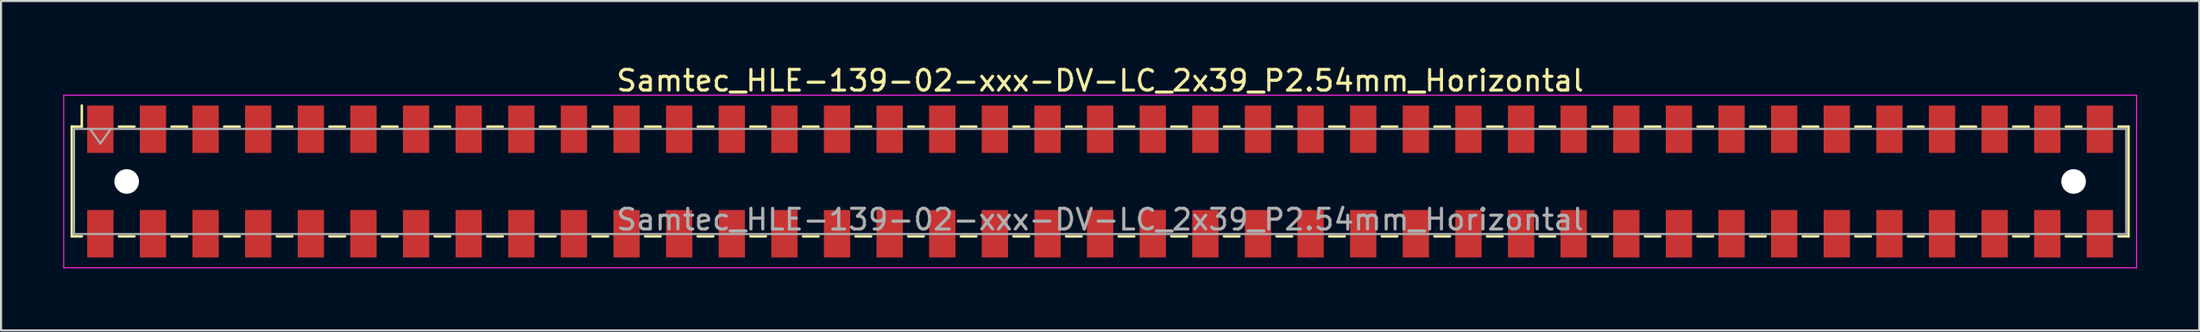
<source format=kicad_pcb>
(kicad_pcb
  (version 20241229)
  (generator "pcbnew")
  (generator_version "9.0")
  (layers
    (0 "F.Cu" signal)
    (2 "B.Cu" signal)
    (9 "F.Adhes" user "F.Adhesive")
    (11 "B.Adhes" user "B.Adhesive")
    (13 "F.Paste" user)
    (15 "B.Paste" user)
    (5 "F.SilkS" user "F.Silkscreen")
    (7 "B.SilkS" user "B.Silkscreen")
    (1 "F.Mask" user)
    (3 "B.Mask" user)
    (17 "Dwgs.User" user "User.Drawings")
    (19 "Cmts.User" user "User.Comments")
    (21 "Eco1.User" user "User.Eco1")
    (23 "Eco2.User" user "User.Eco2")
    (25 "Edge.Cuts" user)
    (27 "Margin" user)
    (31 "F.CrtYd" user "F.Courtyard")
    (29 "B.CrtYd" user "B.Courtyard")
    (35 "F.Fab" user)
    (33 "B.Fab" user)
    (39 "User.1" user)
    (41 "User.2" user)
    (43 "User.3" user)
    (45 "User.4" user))
  (footprint "Samtec_HLE-139-02-xxx-DV-LC_2x39_P2.54mm_Horizontal"
    (layer "F.Cu")
    (at 50.055 5.718)
    (property "Reference" "Samtec_HLE-139-02-xxx-DV-LC_2x39_P2.54mm_Horizontal" (at 0 -4.87 0) (layer "F.SilkS") (effects (font (size 1 1) (thickness 0.15))))
    (attr smd)
    (fp_line (start -49.64 -2.65) (end -49.64 2.65) (stroke (width 0.12) (type solid)) (layer "F.SilkS"))
    (fp_line (start -49.64 2.65) (end -49.155 2.65) (stroke (width 0.12) (type solid)) (layer "F.SilkS"))
    (fp_line (start -49.155 -3.67) (end -49.155 -2.65) (stroke (width 0.12) (type solid)) (layer "F.SilkS"))
    (fp_line (start -49.155 -2.65) (end -49.64 -2.65) (stroke (width 0.12) (type solid)) (layer "F.SilkS"))
    (fp_line (start -47.365 -2.65) (end -46.615 -2.65) (stroke (width 0.12) (type solid)) (layer "F.SilkS"))
    (fp_line (start -47.365 2.65) (end -46.615 2.65) (stroke (width 0.12) (type solid)) (layer "F.SilkS"))
    (fp_line (start -44.825 -2.65) (end -44.075 -2.65) (stroke (width 0.12) (type solid)) (layer "F.SilkS"))
    (fp_line (start -44.825 2.65) (end -44.075 2.65) (stroke (width 0.12) (type solid)) (layer "F.SilkS"))
    (fp_line (start -42.285 -2.65) (end -41.535 -2.65) (stroke (width 0.12) (type solid)) (layer "F.SilkS"))
    (fp_line (start -42.285 2.65) (end -41.535 2.65) (stroke (width 0.12) (type solid)) (layer "F.SilkS"))
    (fp_line (start -39.745 -2.65) (end -38.995 -2.65) (stroke (width 0.12) (type solid)) (layer "F.SilkS"))
    (fp_line (start -39.745 2.65) (end -38.995 2.65) (stroke (width 0.12) (type solid)) (layer "F.SilkS"))
    (fp_line (start -37.205 -2.65) (end -36.455 -2.65) (stroke (width 0.12) (type solid)) (layer "F.SilkS"))
    (fp_line (start -37.205 2.65) (end -36.455 2.65) (stroke (width 0.12) (type solid)) (layer "F.SilkS"))
    (fp_line (start -34.665 -2.65) (end -33.915 -2.65) (stroke (width 0.12) (type solid)) (layer "F.SilkS"))
    (fp_line (start -34.665 2.65) (end -33.915 2.65) (stroke (width 0.12) (type solid)) (layer "F.SilkS"))
    (fp_line (start -32.125 -2.65) (end -31.375 -2.65) (stroke (width 0.12) (type solid)) (layer "F.SilkS"))
    (fp_line (start -32.125 2.65) (end -31.375 2.65) (stroke (width 0.12) (type solid)) (layer "F.SilkS"))
    (fp_line (start -29.585 -2.65) (end -28.835 -2.65) (stroke (width 0.12) (type solid)) (layer "F.SilkS"))
    (fp_line (start -29.585 2.65) (end -28.835 2.65) (stroke (width 0.12) (type solid)) (layer "F.SilkS"))
    (fp_line (start -27.045 -2.65) (end -26.295 -2.65) (stroke (width 0.12) (type solid)) (layer "F.SilkS"))
    (fp_line (start -27.045 2.65) (end -26.295 2.65) (stroke (width 0.12) (type solid)) (layer "F.SilkS"))
    (fp_line (start -24.505 -2.65) (end -23.755 -2.65) (stroke (width 0.12) (type solid)) (layer "F.SilkS"))
    (fp_line (start -24.505 2.65) (end -23.755 2.65) (stroke (width 0.12) (type solid)) (layer "F.SilkS"))
    (fp_line (start -21.965 -2.65) (end -21.215 -2.65) (stroke (width 0.12) (type solid)) (layer "F.SilkS"))
    (fp_line (start -21.965 2.65) (end -21.215 2.65) (stroke (width 0.12) (type solid)) (layer "F.SilkS"))
    (fp_line (start -19.425 -2.65) (end -18.675 -2.65) (stroke (width 0.12) (type solid)) (layer "F.SilkS"))
    (fp_line (start -19.425 2.65) (end -18.675 2.65) (stroke (width 0.12) (type solid)) (layer "F.SilkS"))
    (fp_line (start -16.885 -2.65) (end -16.135 -2.65) (stroke (width 0.12) (type solid)) (layer "F.SilkS"))
    (fp_line (start -16.885 2.65) (end -16.135 2.65) (stroke (width 0.12) (type solid)) (layer "F.SilkS"))
    (fp_line (start -14.345 -2.65) (end -13.595 -2.65) (stroke (width 0.12) (type solid)) (layer "F.SilkS"))
    (fp_line (start -14.345 2.65) (end -13.595 2.65) (stroke (width 0.12) (type solid)) (layer "F.SilkS"))
    (fp_line (start -11.805 -2.65) (end -11.055 -2.65) (stroke (width 0.12) (type solid)) (layer "F.SilkS"))
    (fp_line (start -11.805 2.65) (end -11.055 2.65) (stroke (width 0.12) (type solid)) (layer "F.SilkS"))
    (fp_line (start -9.265 -2.65) (end -8.515 -2.65) (stroke (width 0.12) (type solid)) (layer "F.SilkS"))
    (fp_line (start -9.265 2.65) (end -8.515 2.65) (stroke (width 0.12) (type solid)) (layer "F.SilkS"))
    (fp_line (start -6.725 -2.65) (end -5.975 -2.65) (stroke (width 0.12) (type solid)) (layer "F.SilkS"))
    (fp_line (start -6.725 2.65) (end -5.975 2.65) (stroke (width 0.12) (type solid)) (layer "F.SilkS"))
    (fp_line (start -4.185 -2.65) (end -3.435 -2.65) (stroke (width 0.12) (type solid)) (layer "F.SilkS"))
    (fp_line (start -4.185 2.65) (end -3.435 2.65) (stroke (width 0.12) (type solid)) (layer "F.SilkS"))
    (fp_line (start -1.645 -2.65) (end -0.895 -2.65) (stroke (width 0.12) (type solid)) (layer "F.SilkS"))
    (fp_line (start -1.645 2.65) (end -0.895 2.65) (stroke (width 0.12) (type solid)) (layer "F.SilkS"))
    (fp_line (start 0.895 -2.65) (end 1.645 -2.65) (stroke (width 0.12) (type solid)) (layer "F.SilkS"))
    (fp_line (start 0.895 2.65) (end 1.645 2.65) (stroke (width 0.12) (type solid)) (layer "F.SilkS"))
    (fp_line (start 3.435 -2.65) (end 4.185 -2.65) (stroke (width 0.12) (type solid)) (layer "F.SilkS"))
    (fp_line (start 3.435 2.65) (end 4.185 2.65) (stroke (width 0.12) (type solid)) (layer "F.SilkS"))
    (fp_line (start 5.975 -2.65) (end 6.725 -2.65) (stroke (width 0.12) (type solid)) (layer "F.SilkS"))
    (fp_line (start 5.975 2.65) (end 6.725 2.65) (stroke (width 0.12) (type solid)) (layer "F.SilkS"))
    (fp_line (start 8.515 -2.65) (end 9.265 -2.65) (stroke (width 0.12) (type solid)) (layer "F.SilkS"))
    (fp_line (start 8.515 2.65) (end 9.265 2.65) (stroke (width 0.12) (type solid)) (layer "F.SilkS"))
    (fp_line (start 11.055 -2.65) (end 11.805 -2.65) (stroke (width 0.12) (type solid)) (layer "F.SilkS"))
    (fp_line (start 11.055 2.65) (end 11.805 2.65) (stroke (width 0.12) (type solid)) (layer "F.SilkS"))
    (fp_line (start 13.595 -2.65) (end 14.345 -2.65) (stroke (width 0.12) (type solid)) (layer "F.SilkS"))
    (fp_line (start 13.595 2.65) (end 14.345 2.65) (stroke (width 0.12) (type solid)) (layer "F.SilkS"))
    (fp_line (start 16.135 -2.65) (end 16.885 -2.65) (stroke (width 0.12) (type solid)) (layer "F.SilkS"))
    (fp_line (start 16.135 2.65) (end 16.885 2.65) (stroke (width 0.12) (type solid)) (layer "F.SilkS"))
    (fp_line (start 18.675 -2.65) (end 19.425 -2.65) (stroke (width 0.12) (type solid)) (layer "F.SilkS"))
    (fp_line (start 18.675 2.65) (end 19.425 2.65) (stroke (width 0.12) (type solid)) (layer "F.SilkS"))
    (fp_line (start 21.215 -2.65) (end 21.965 -2.65) (stroke (width 0.12) (type solid)) (layer "F.SilkS"))
    (fp_line (start 21.215 2.65) (end 21.965 2.65) (stroke (width 0.12) (type solid)) (layer "F.SilkS"))
    (fp_line (start 23.755 -2.65) (end 24.505 -2.65) (stroke (width 0.12) (type solid)) (layer "F.SilkS"))
    (fp_line (start 23.755 2.65) (end 24.505 2.65) (stroke (width 0.12) (type solid)) (layer "F.SilkS"))
    (fp_line (start 26.295 -2.65) (end 27.045 -2.65) (stroke (width 0.12) (type solid)) (layer "F.SilkS"))
    (fp_line (start 26.295 2.65) (end 27.045 2.65) (stroke (width 0.12) (type solid)) (layer "F.SilkS"))
    (fp_line (start 28.835 -2.65) (end 29.585 -2.65) (stroke (width 0.12) (type solid)) (layer "F.SilkS"))
    (fp_line (start 28.835 2.65) (end 29.585 2.65) (stroke (width 0.12) (type solid)) (layer "F.SilkS"))
    (fp_line (start 31.375 -2.65) (end 32.125 -2.65) (stroke (width 0.12) (type solid)) (layer "F.SilkS"))
    (fp_line (start 31.375 2.65) (end 32.125 2.65) (stroke (width 0.12) (type solid)) (layer "F.SilkS"))
    (fp_line (start 33.915 -2.65) (end 34.665 -2.65) (stroke (width 0.12) (type solid)) (layer "F.SilkS"))
    (fp_line (start 33.915 2.65) (end 34.665 2.65) (stroke (width 0.12) (type solid)) (layer "F.SilkS"))
    (fp_line (start 36.455 -2.65) (end 37.205 -2.65) (stroke (width 0.12) (type solid)) (layer "F.SilkS"))
    (fp_line (start 36.455 2.65) (end 37.205 2.65) (stroke (width 0.12) (type solid)) (layer "F.SilkS"))
    (fp_line (start 38.995 -2.65) (end 39.745 -2.65) (stroke (width 0.12) (type solid)) (layer "F.SilkS"))
    (fp_line (start 38.995 2.65) (end 39.745 2.65) (stroke (width 0.12) (type solid)) (layer "F.SilkS"))
    (fp_line (start 41.535 -2.65) (end 42.285 -2.65) (stroke (width 0.12) (type solid)) (layer "F.SilkS"))
    (fp_line (start 41.535 2.65) (end 42.285 2.65) (stroke (width 0.12) (type solid)) (layer "F.SilkS"))
    (fp_line (start 44.075 -2.65) (end 44.825 -2.65) (stroke (width 0.12) (type solid)) (layer "F.SilkS"))
    (fp_line (start 44.075 2.65) (end 44.825 2.65) (stroke (width 0.12) (type solid)) (layer "F.SilkS"))
    (fp_line (start 46.615 -2.65) (end 47.365 -2.65) (stroke (width 0.12) (type solid)) (layer "F.SilkS"))
    (fp_line (start 46.615 2.65) (end 47.365 2.65) (stroke (width 0.12) (type solid)) (layer "F.SilkS"))
    (fp_line (start 49.155 -2.65) (end 49.64 -2.65) (stroke (width 0.12) (type solid)) (layer "F.SilkS"))
    (fp_line (start 49.64 -2.65) (end 49.64 2.65) (stroke (width 0.12) (type solid)) (layer "F.SilkS"))
    (fp_line (start 49.64 2.65) (end 49.155 2.65) (stroke (width 0.12) (type solid)) (layer "F.SilkS"))
    (fp_line (start -50.03 -4.17) (end 50.03 -4.17) (stroke (width 0.05) (type solid)) (layer "F.CrtYd"))
    (fp_line (start -50.03 4.17) (end -50.03 -4.17) (stroke (width 0.05) (type solid)) (layer "F.CrtYd"))
    (fp_line (start 50.03 -4.17) (end 50.03 4.17) (stroke (width 0.05) (type solid)) (layer "F.CrtYd"))
    (fp_line (start 50.03 4.17) (end -50.03 4.17) (stroke (width 0.05) (type solid)) (layer "F.CrtYd"))
    (fp_line (start -49.53 -2.54) (end 49.53 -2.54) (stroke (width 0.1) (type solid)) (layer "F.Fab"))
    (fp_line (start -49.53 2.54) (end -49.53 -2.54) (stroke (width 0.1) (type solid)) (layer "F.Fab"))
    (fp_line (start -48.76 -2.54) (end -48.26 -1.833) (stroke (width 0.1) (type solid)) (layer "F.Fab"))
    (fp_line (start -48.26 -1.833) (end -47.76 -2.54) (stroke (width 0.1) (type solid)) (layer "F.Fab"))
    (fp_line (start 49.53 -2.54) (end 49.53 2.54) (stroke (width 0.1) (type solid)) (layer "F.Fab"))
    (fp_line (start 49.53 2.54) (end -49.53 2.54) (stroke (width 0.1) (type solid)) (layer "F.Fab"))
    (fp_text user "${REFERENCE}" (at 0 1.84 0) (layer "F.Fab") (effects (font (size 1 1) (thickness 0.15))))
    (pad "" np_thru_hole circle (at -46.99 0) (size 1.19 1.19) (drill 1.19) (layers "*.Cu" "*.Mask"))
    (pad "" np_thru_hole circle (at 46.99 0) (size 1.19 1.19) (drill 1.19) (layers "*.Cu" "*.Mask"))
    (pad "1" smd rect (at -48.26 -2.525) (size 1.27 2.29) (layers "F.Cu" "F.Mask" "F.Paste"))
    (pad "2" smd rect (at -48.26 2.525) (size 1.27 2.29) (layers "F.Cu" "F.Mask" "F.Paste"))
    (pad "3" smd rect (at -45.72 -2.525) (size 1.27 2.29) (layers "F.Cu" "F.Mask" "F.Paste"))
    (pad "4" smd rect (at -45.72 2.525) (size 1.27 2.29) (layers "F.Cu" "F.Mask" "F.Paste"))
    (pad "5" smd rect (at -43.18 -2.525) (size 1.27 2.29) (layers "F.Cu" "F.Mask" "F.Paste"))
    (pad "6" smd rect (at -43.18 2.525) (size 1.27 2.29) (layers "F.Cu" "F.Mask" "F.Paste"))
    (pad "7" smd rect (at -40.64 -2.525) (size 1.27 2.29) (layers "F.Cu" "F.Mask" "F.Paste"))
    (pad "8" smd rect (at -40.64 2.525) (size 1.27 2.29) (layers "F.Cu" "F.Mask" "F.Paste"))
    (pad "9" smd rect (at -38.1 -2.525) (size 1.27 2.29) (layers "F.Cu" "F.Mask" "F.Paste"))
    (pad "10" smd rect (at -38.1 2.525) (size 1.27 2.29) (layers "F.Cu" "F.Mask" "F.Paste"))
    (pad "11" smd rect (at -35.56 -2.525) (size 1.27 2.29) (layers "F.Cu" "F.Mask" "F.Paste"))
    (pad "12" smd rect (at -35.56 2.525) (size 1.27 2.29) (layers "F.Cu" "F.Mask" "F.Paste"))
    (pad "13" smd rect (at -33.02 -2.525) (size 1.27 2.29) (layers "F.Cu" "F.Mask" "F.Paste"))
    (pad "14" smd rect (at -33.02 2.525) (size 1.27 2.29) (layers "F.Cu" "F.Mask" "F.Paste"))
    (pad "15" smd rect (at -30.48 -2.525) (size 1.27 2.29) (layers "F.Cu" "F.Mask" "F.Paste"))
    (pad "16" smd rect (at -30.48 2.525) (size 1.27 2.29) (layers "F.Cu" "F.Mask" "F.Paste"))
    (pad "17" smd rect (at -27.94 -2.525) (size 1.27 2.29) (layers "F.Cu" "F.Mask" "F.Paste"))
    (pad "18" smd rect (at -27.94 2.525) (size 1.27 2.29) (layers "F.Cu" "F.Mask" "F.Paste"))
    (pad "19" smd rect (at -25.4 -2.525) (size 1.27 2.29) (layers "F.Cu" "F.Mask" "F.Paste"))
    (pad "20" smd rect (at -25.4 2.525) (size 1.27 2.29) (layers "F.Cu" "F.Mask" "F.Paste"))
    (pad "21" smd rect (at -22.86 -2.525) (size 1.27 2.29) (layers "F.Cu" "F.Mask" "F.Paste"))
    (pad "22" smd rect (at -22.86 2.525) (size 1.27 2.29) (layers "F.Cu" "F.Mask" "F.Paste"))
    (pad "23" smd rect (at -20.32 -2.525) (size 1.27 2.29) (layers "F.Cu" "F.Mask" "F.Paste"))
    (pad "24" smd rect (at -20.32 2.525) (size 1.27 2.29) (layers "F.Cu" "F.Mask" "F.Paste"))
    (pad "25" smd rect (at -17.78 -2.525) (size 1.27 2.29) (layers "F.Cu" "F.Mask" "F.Paste"))
    (pad "26" smd rect (at -17.78 2.525) (size 1.27 2.29) (layers "F.Cu" "F.Mask" "F.Paste"))
    (pad "27" smd rect (at -15.24 -2.525) (size 1.27 2.29) (layers "F.Cu" "F.Mask" "F.Paste"))
    (pad "28" smd rect (at -15.24 2.525) (size 1.27 2.29) (layers "F.Cu" "F.Mask" "F.Paste"))
    (pad "29" smd rect (at -12.7 -2.525) (size 1.27 2.29) (layers "F.Cu" "F.Mask" "F.Paste"))
    (pad "30" smd rect (at -12.7 2.525) (size 1.27 2.29) (layers "F.Cu" "F.Mask" "F.Paste"))
    (pad "31" smd rect (at -10.16 -2.525) (size 1.27 2.29) (layers "F.Cu" "F.Mask" "F.Paste"))
    (pad "32" smd rect (at -10.16 2.525) (size 1.27 2.29) (layers "F.Cu" "F.Mask" "F.Paste"))
    (pad "33" smd rect (at -7.62 -2.525) (size 1.27 2.29) (layers "F.Cu" "F.Mask" "F.Paste"))
    (pad "34" smd rect (at -7.62 2.525) (size 1.27 2.29) (layers "F.Cu" "F.Mask" "F.Paste"))
    (pad "35" smd rect (at -5.08 -2.525) (size 1.27 2.29) (layers "F.Cu" "F.Mask" "F.Paste"))
    (pad "36" smd rect (at -5.08 2.525) (size 1.27 2.29) (layers "F.Cu" "F.Mask" "F.Paste"))
    (pad "37" smd rect (at -2.54 -2.525) (size 1.27 2.29) (layers "F.Cu" "F.Mask" "F.Paste"))
    (pad "38" smd rect (at -2.54 2.525) (size 1.27 2.29) (layers "F.Cu" "F.Mask" "F.Paste"))
    (pad "39" smd rect (at 0 -2.525) (size 1.27 2.29) (layers "F.Cu" "F.Mask" "F.Paste"))
    (pad "40" smd rect (at 0 2.525) (size 1.27 2.29) (layers "F.Cu" "F.Mask" "F.Paste"))
    (pad "41" smd rect (at 2.54 -2.525) (size 1.27 2.29) (layers "F.Cu" "F.Mask" "F.Paste"))
    (pad "42" smd rect (at 2.54 2.525) (size 1.27 2.29) (layers "F.Cu" "F.Mask" "F.Paste"))
    (pad "43" smd rect (at 5.08 -2.525) (size 1.27 2.29) (layers "F.Cu" "F.Mask" "F.Paste"))
    (pad "44" smd rect (at 5.08 2.525) (size 1.27 2.29) (layers "F.Cu" "F.Mask" "F.Paste"))
    (pad "45" smd rect (at 7.62 -2.525) (size 1.27 2.29) (layers "F.Cu" "F.Mask" "F.Paste"))
    (pad "46" smd rect (at 7.62 2.525) (size 1.27 2.29) (layers "F.Cu" "F.Mask" "F.Paste"))
    (pad "47" smd rect (at 10.16 -2.525) (size 1.27 2.29) (layers "F.Cu" "F.Mask" "F.Paste"))
    (pad "48" smd rect (at 10.16 2.525) (size 1.27 2.29) (layers "F.Cu" "F.Mask" "F.Paste"))
    (pad "49" smd rect (at 12.7 -2.525) (size 1.27 2.29) (layers "F.Cu" "F.Mask" "F.Paste"))
    (pad "50" smd rect (at 12.7 2.525) (size 1.27 2.29) (layers "F.Cu" "F.Mask" "F.Paste"))
    (pad "51" smd rect (at 15.24 -2.525) (size 1.27 2.29) (layers "F.Cu" "F.Mask" "F.Paste"))
    (pad "52" smd rect (at 15.24 2.525) (size 1.27 2.29) (layers "F.Cu" "F.Mask" "F.Paste"))
    (pad "53" smd rect (at 17.78 -2.525) (size 1.27 2.29) (layers "F.Cu" "F.Mask" "F.Paste"))
    (pad "54" smd rect (at 17.78 2.525) (size 1.27 2.29) (layers "F.Cu" "F.Mask" "F.Paste"))
    (pad "55" smd rect (at 20.32 -2.525) (size 1.27 2.29) (layers "F.Cu" "F.Mask" "F.Paste"))
    (pad "56" smd rect (at 20.32 2.525) (size 1.27 2.29) (layers "F.Cu" "F.Mask" "F.Paste"))
    (pad "57" smd rect (at 22.86 -2.525) (size 1.27 2.29) (layers "F.Cu" "F.Mask" "F.Paste"))
    (pad "58" smd rect (at 22.86 2.525) (size 1.27 2.29) (layers "F.Cu" "F.Mask" "F.Paste"))
    (pad "59" smd rect (at 25.4 -2.525) (size 1.27 2.29) (layers "F.Cu" "F.Mask" "F.Paste"))
    (pad "60" smd rect (at 25.4 2.525) (size 1.27 2.29) (layers "F.Cu" "F.Mask" "F.Paste"))
    (pad "61" smd rect (at 27.94 -2.525) (size 1.27 2.29) (layers "F.Cu" "F.Mask" "F.Paste"))
    (pad "62" smd rect (at 27.94 2.525) (size 1.27 2.29) (layers "F.Cu" "F.Mask" "F.Paste"))
    (pad "63" smd rect (at 30.48 -2.525) (size 1.27 2.29) (layers "F.Cu" "F.Mask" "F.Paste"))
    (pad "64" smd rect (at 30.48 2.525) (size 1.27 2.29) (layers "F.Cu" "F.Mask" "F.Paste"))
    (pad "65" smd rect (at 33.02 -2.525) (size 1.27 2.29) (layers "F.Cu" "F.Mask" "F.Paste"))
    (pad "66" smd rect (at 33.02 2.525) (size 1.27 2.29) (layers "F.Cu" "F.Mask" "F.Paste"))
    (pad "67" smd rect (at 35.56 -2.525) (size 1.27 2.29) (layers "F.Cu" "F.Mask" "F.Paste"))
    (pad "68" smd rect (at 35.56 2.525) (size 1.27 2.29) (layers "F.Cu" "F.Mask" "F.Paste"))
    (pad "69" smd rect (at 38.1 -2.525) (size 1.27 2.29) (layers "F.Cu" "F.Mask" "F.Paste"))
    (pad "70" smd rect (at 38.1 2.525) (size 1.27 2.29) (layers "F.Cu" "F.Mask" "F.Paste"))
    (pad "71" smd rect (at 40.64 -2.525) (size 1.27 2.29) (layers "F.Cu" "F.Mask" "F.Paste"))
    (pad "72" smd rect (at 40.64 2.525) (size 1.27 2.29) (layers "F.Cu" "F.Mask" "F.Paste"))
    (pad "73" smd rect (at 43.18 -2.525) (size 1.27 2.29) (layers "F.Cu" "F.Mask" "F.Paste"))
    (pad "74" smd rect (at 43.18 2.525) (size 1.27 2.29) (layers "F.Cu" "F.Mask" "F.Paste"))
    (pad "75" smd rect (at 45.72 -2.525) (size 1.27 2.29) (layers "F.Cu" "F.Mask" "F.Paste"))
    (pad "76" smd rect (at 45.72 2.525) (size 1.27 2.29) (layers "F.Cu" "F.Mask" "F.Paste"))
    (pad "77" smd rect (at 48.26 -2.525) (size 1.27 2.29) (layers "F.Cu" "F.Mask" "F.Paste"))
    (pad "78" smd rect (at 48.26 2.525) (size 1.27 2.29) (layers "F.Cu" "F.Mask" "F.Paste")))
  (gr_rect
    (start -3 -3)
    (end 103.11 12.913)
    (stroke (width 0.1) (type default))
    (fill no)
    (layer "Edge.Cuts")))
</source>
